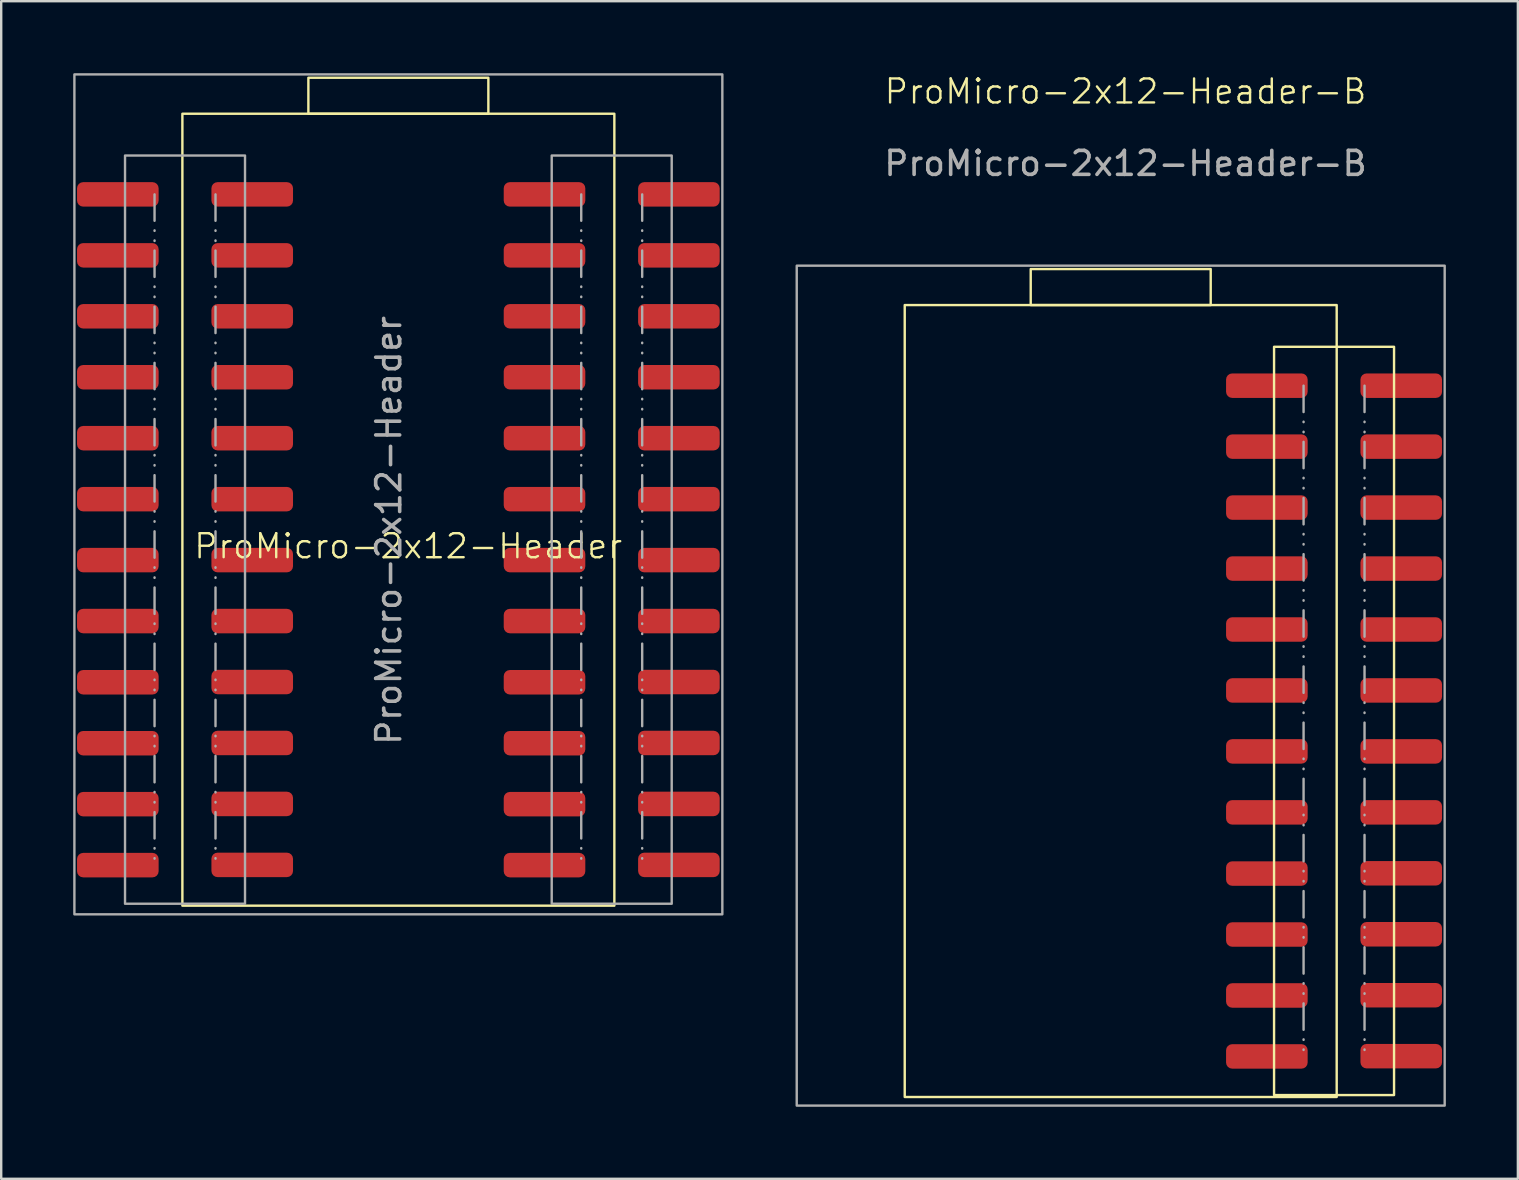
<source format=kicad_pcb>
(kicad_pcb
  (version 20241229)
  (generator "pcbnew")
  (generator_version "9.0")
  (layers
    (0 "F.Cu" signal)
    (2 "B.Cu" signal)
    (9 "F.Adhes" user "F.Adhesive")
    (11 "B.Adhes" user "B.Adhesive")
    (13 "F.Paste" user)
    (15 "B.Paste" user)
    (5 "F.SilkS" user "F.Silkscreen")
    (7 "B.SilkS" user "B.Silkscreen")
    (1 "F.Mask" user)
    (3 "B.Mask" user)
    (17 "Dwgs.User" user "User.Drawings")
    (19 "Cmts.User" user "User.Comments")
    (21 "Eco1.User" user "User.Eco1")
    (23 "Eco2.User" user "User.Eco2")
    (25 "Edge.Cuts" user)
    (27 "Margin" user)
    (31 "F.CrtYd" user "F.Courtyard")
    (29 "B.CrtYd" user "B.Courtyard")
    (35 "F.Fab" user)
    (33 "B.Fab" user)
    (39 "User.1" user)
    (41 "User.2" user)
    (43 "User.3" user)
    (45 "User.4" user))
  (footprint "ProMicro-2x12-Header-B"
    (layer "F.Cu")
    (at 43.65 13.021)
    (property "Reference" "ProMicro-2x12-Header-B" (at 0.2 -12.26 0) (unlocked yes) (layer "F.SilkS") (effects (font (size 1 1) (thickness 0.1))))
    (attr smd)
    (fp_rect (start -9 -3.36) (end 9 29.64) (stroke (width 0.1) (type default)) (fill no) (layer "F.SilkS"))
    (fp_rect (start 3.75 -3.36) (end -3.75 -4.86) (stroke (width 0.1) (type default)) (fill no) (layer "F.SilkS"))
    (fp_rect (start 6.39 -1.62) (end 11.39 29.56) (stroke (width 0.1) (type default)) (fill no) (layer "F.SilkS"))
    (fp_line (start 7.62 0) (end 7.62 27.94) (stroke (width 0.1) (type dash_dot_dot)) (layer "F.Fab"))
    (fp_line (start 10.16 0) (end 10.16 27.94) (stroke (width 0.1) (type dash_dot_dot)) (layer "F.Fab"))
    (fp_rect (start -13.5 -5) (end 13.5 30) (stroke (width 0.1) (type default)) (fill no) (layer "F.Fab"))
    (fp_rect (start 7.62 0) (end -7.62 27.94) (stroke (width 0.1) (type dot)) (fill no) (layer "User.1"))
    (fp_text user "${REFERENCE}" (at 0.2 -9.26 0) (unlocked yes) (layer "F.Fab") (effects (font (size 1 1) (thickness 0.15))))
    (pad "13" smd roundrect (at 6.09 27.95) (size 3.4 1.02) (layers "F.Cu" "F.Mask" "F.Paste") (roundrect_rratio 0.25))
    (pad "13" smd roundrect (at 11.69 27.94) (size 3.4 1.02) (layers "F.Cu" "F.Mask" "F.Paste") (roundrect_rratio 0.25))
    (pad "14" smd roundrect (at 6.09 25.41) (size 3.4 1.02) (layers "F.Cu" "F.Mask" "F.Paste") (roundrect_rratio 0.25))
    (pad "14" smd roundrect (at 11.69 25.4) (size 3.4 1.02) (layers "F.Cu" "F.Mask" "F.Paste") (roundrect_rratio 0.25))
    (pad "15" smd roundrect (at 6.09 22.87) (size 3.4 1.02) (layers "F.Cu" "F.Mask" "F.Paste") (roundrect_rratio 0.25))
    (pad "15" smd roundrect (at 11.69 22.86) (size 3.4 1.02) (layers "F.Cu" "F.Mask" "F.Paste") (roundrect_rratio 0.25))
    (pad "16" smd roundrect (at 6.09 20.33) (size 3.4 1.02) (layers "F.Cu" "F.Mask" "F.Paste") (roundrect_rratio 0.25))
    (pad "16" smd roundrect (at 11.69 20.32) (size 3.4 1.02) (layers "F.Cu" "F.Mask" "F.Paste") (roundrect_rratio 0.25))
    (pad "17" smd roundrect (at 6.09 17.78) (size 3.4 1.02) (layers "F.Cu" "F.Mask" "F.Paste") (roundrect_rratio 0.25))
    (pad "17" smd roundrect (at 11.69 17.78) (size 3.4 1.02) (layers "F.Cu" "F.Mask" "F.Paste") (roundrect_rratio 0.25))
    (pad "18" smd roundrect (at 6.09 15.24) (size 3.4 1.02) (layers "F.Cu" "F.Mask" "F.Paste") (roundrect_rratio 0.25))
    (pad "18" smd roundrect (at 11.69 15.24) (size 3.4 1.02) (layers "F.Cu" "F.Mask" "F.Paste") (roundrect_rratio 0.25))
    (pad "19" smd roundrect (at 6.09 12.7) (size 3.4 1.02) (layers "F.Cu" "F.Mask" "F.Paste") (roundrect_rratio 0.25))
    (pad "19" smd roundrect (at 11.69 12.7) (size 3.4 1.02) (layers "F.Cu" "F.Mask" "F.Paste") (roundrect_rratio 0.25))
    (pad "20" smd roundrect (at 6.09 10.16) (size 3.4 1.02) (layers "F.Cu" "F.Mask" "F.Paste") (roundrect_rratio 0.25))
    (pad "20" smd roundrect (at 11.69 10.16) (size 3.4 1.02) (layers "F.Cu" "F.Mask" "F.Paste") (roundrect_rratio 0.25))
    (pad "21" smd roundrect (at 6.09 7.62) (size 3.4 1.02) (layers "F.Cu" "F.Mask" "F.Paste") (roundrect_rratio 0.25))
    (pad "21" smd roundrect (at 11.69 7.62) (size 3.4 1.02) (layers "F.Cu" "F.Mask" "F.Paste") (roundrect_rratio 0.25))
    (pad "22" smd roundrect (at 6.09 5.08) (size 3.4 1.02) (layers "F.Cu" "F.Mask" "F.Paste") (roundrect_rratio 0.25))
    (pad "22" smd roundrect (at 11.69 5.08) (size 3.4 1.02) (layers "F.Cu" "F.Mask" "F.Paste") (roundrect_rratio 0.25))
    (pad "23" smd roundrect (at 6.09 2.54) (size 3.4 1.02) (layers "F.Cu" "F.Mask" "F.Paste") (roundrect_rratio 0.25))
    (pad "23" smd roundrect (at 11.69 2.54) (size 3.4 1.02) (layers "F.Cu" "F.Mask" "F.Paste") (roundrect_rratio 0.25))
    (pad "24" smd roundrect (at 6.09 0) (size 3.4 1.02) (layers "F.Cu" "F.Mask" "F.Paste") (roundrect_rratio 0.25))
    (pad "24" smd roundrect (at 11.69 0) (size 3.4 1.02) (layers "F.Cu" "F.Mask" "F.Paste") (roundrect_rratio 0.25)))
  (footprint "ProMicro-2x12-Header"
    (layer "F.Cu")
    (at 13.55 5.05)
    (property "Reference" "ProMicro-2x12-Header" (at 0.41 14.66 0) (unlocked yes) (layer "F.SilkS") (effects (font (size 1 1) (thickness 0.1))))
    (attr smd)
    (fp_rect (start -9 -3.36) (end 9 29.64) (stroke (width 0.1) (type default)) (fill no) (layer "F.SilkS"))
    (fp_rect (start 3.75 -3.36) (end -3.75 -4.86) (stroke (width 0.1) (type default)) (fill no) (layer "F.SilkS"))
    (fp_line (start -10.16 0) (end -10.16 27.94) (stroke (width 0.1) (type dash_dot_dot)) (layer "F.Fab"))
    (fp_line (start -7.62 0) (end -7.62 27.94) (stroke (width 0.1) (type dash_dot_dot)) (layer "F.Fab"))
    (fp_line (start 7.62 0) (end 7.62 27.94) (stroke (width 0.1) (type dash_dot_dot)) (layer "F.Fab"))
    (fp_line (start 10.16 0) (end 10.16 27.94) (stroke (width 0.1) (type dash_dot_dot)) (layer "F.Fab"))
    (fp_rect (start -13.5 -5) (end 13.5 30) (stroke (width 0.1) (type default)) (fill no) (layer "F.Fab"))
    (fp_rect (start -11.39 -1.62) (end -6.39 29.56) (stroke (width 0.1) (type default)) (fill no) (layer "F.Fab"))
    (fp_rect (start 6.39 -1.62) (end 11.39 29.56) (stroke (width 0.1) (type default)) (fill no) (layer "F.Fab"))
    (fp_rect (start 7.62 0) (end -7.62 27.94) (stroke (width 0.1) (type dot)) (fill no) (layer "User.1"))
    (fp_text user "${REFERENCE}" (at -0.4 14 90) (unlocked yes) (layer "F.Fab") (effects (font (size 1 1) (thickness 0.15))))
    (pad "1" smd roundrect (at -11.69 0) (size 3.4 1.02) (layers "F.Cu" "F.Mask" "F.Paste") (roundrect_rratio 0.25))
    (pad "1" smd roundrect (at -6.09 0) (size 3.4 1.02) (layers "F.Cu" "F.Mask" "F.Paste") (roundrect_rratio 0.25))
    (pad "2" smd roundrect (at -11.69 2.54) (size 3.4 1.02) (layers "F.Cu" "F.Mask" "F.Paste") (roundrect_rratio 0.25))
    (pad "2" smd roundrect (at -6.09 2.54) (size 3.4 1.02) (layers "F.Cu" "F.Mask" "F.Paste") (roundrect_rratio 0.25))
    (pad "3" smd roundrect (at -11.69 5.08) (size 3.4 1.02) (layers "F.Cu" "F.Mask" "F.Paste") (roundrect_rratio 0.25))
    (pad "3" smd roundrect (at -6.09 5.08) (size 3.4 1.02) (layers "F.Cu" "F.Mask" "F.Paste") (roundrect_rratio 0.25))
    (pad "4" smd roundrect (at -11.69 7.62) (size 3.4 1.02) (layers "F.Cu" "F.Mask" "F.Paste") (roundrect_rratio 0.25))
    (pad "4" smd roundrect (at -6.09 7.62) (size 3.4 1.02) (layers "F.Cu" "F.Mask" "F.Paste") (roundrect_rratio 0.25))
    (pad "5" smd roundrect (at -11.69 10.16) (size 3.4 1.02) (layers "F.Cu" "F.Mask" "F.Paste") (roundrect_rratio 0.25))
    (pad "5" smd roundrect (at -6.09 10.16) (size 3.4 1.02) (layers "F.Cu" "F.Mask" "F.Paste") (roundrect_rratio 0.25))
    (pad "6" smd roundrect (at -11.69 12.7) (size 3.4 1.02) (layers "F.Cu" "F.Mask" "F.Paste") (roundrect_rratio 0.25))
    (pad "6" smd roundrect (at -6.09 12.7) (size 3.4 1.02) (layers "F.Cu" "F.Mask" "F.Paste") (roundrect_rratio 0.25))
    (pad "7" smd roundrect (at -11.69 15.24) (size 3.4 1.02) (layers "F.Cu" "F.Mask" "F.Paste") (roundrect_rratio 0.25))
    (pad "7" smd roundrect (at -6.09 15.24) (size 3.4 1.02) (layers "F.Cu" "F.Mask" "F.Paste") (roundrect_rratio 0.25))
    (pad "8" smd roundrect (at -11.69 17.78) (size 3.4 1.02) (layers "F.Cu" "F.Mask" "F.Paste") (roundrect_rratio 0.25))
    (pad "8" smd roundrect (at -6.09 17.78) (size 3.4 1.02) (layers "F.Cu" "F.Mask" "F.Paste") (roundrect_rratio 0.25))
    (pad "9" smd roundrect (at -11.69 20.33) (size 3.4 1.02) (layers "F.Cu" "F.Mask" "F.Paste") (roundrect_rratio 0.25))
    (pad "9" smd roundrect (at -6.09 20.32) (size 3.4 1.02) (layers "F.Cu" "F.Mask" "F.Paste") (roundrect_rratio 0.25))
    (pad "10" smd roundrect (at -11.69 22.87) (size 3.4 1.02) (layers "F.Cu" "F.Mask" "F.Paste") (roundrect_rratio 0.25))
    (pad "10" smd roundrect (at -6.09 22.86) (size 3.4 1.02) (layers "F.Cu" "F.Mask" "F.Paste") (roundrect_rratio 0.25))
    (pad "11" smd roundrect (at -11.69 25.41) (size 3.4 1.02) (layers "F.Cu" "F.Mask" "F.Paste") (roundrect_rratio 0.25))
    (pad "11" smd roundrect (at -6.09 25.4) (size 3.4 1.02) (layers "F.Cu" "F.Mask" "F.Paste") (roundrect_rratio 0.25))
    (pad "12" smd roundrect (at -11.69 27.95) (size 3.4 1.02) (layers "F.Cu" "F.Mask" "F.Paste") (roundrect_rratio 0.25))
    (pad "12" smd roundrect (at -6.09 27.94) (size 3.4 1.02) (layers "F.Cu" "F.Mask" "F.Paste") (roundrect_rratio 0.25))
    (pad "13" smd roundrect (at 6.09 27.95) (size 3.4 1.02) (layers "F.Cu" "F.Mask" "F.Paste") (roundrect_rratio 0.25))
    (pad "13" smd roundrect (at 11.69 27.94) (size 3.4 1.02) (layers "F.Cu" "F.Mask" "F.Paste") (roundrect_rratio 0.25))
    (pad "14" smd roundrect (at 6.09 25.41) (size 3.4 1.02) (layers "F.Cu" "F.Mask" "F.Paste") (roundrect_rratio 0.25))
    (pad "14" smd roundrect (at 11.69 25.4) (size 3.4 1.02) (layers "F.Cu" "F.Mask" "F.Paste") (roundrect_rratio 0.25))
    (pad "15" smd roundrect (at 6.09 22.87) (size 3.4 1.02) (layers "F.Cu" "F.Mask" "F.Paste") (roundrect_rratio 0.25))
    (pad "15" smd roundrect (at 11.69 22.86) (size 3.4 1.02) (layers "F.Cu" "F.Mask" "F.Paste") (roundrect_rratio 0.25))
    (pad "16" smd roundrect (at 6.09 20.33) (size 3.4 1.02) (layers "F.Cu" "F.Mask" "F.Paste") (roundrect_rratio 0.25))
    (pad "16" smd roundrect (at 11.69 20.32) (size 3.4 1.02) (layers "F.Cu" "F.Mask" "F.Paste") (roundrect_rratio 0.25))
    (pad "17" smd roundrect (at 6.09 17.78) (size 3.4 1.02) (layers "F.Cu" "F.Mask" "F.Paste") (roundrect_rratio 0.25))
    (pad "17" smd roundrect (at 11.69 17.78) (size 3.4 1.02) (layers "F.Cu" "F.Mask" "F.Paste") (roundrect_rratio 0.25))
    (pad "18" smd roundrect (at 6.09 15.24) (size 3.4 1.02) (layers "F.Cu" "F.Mask" "F.Paste") (roundrect_rratio 0.25))
    (pad "18" smd roundrect (at 11.69 15.24) (size 3.4 1.02) (layers "F.Cu" "F.Mask" "F.Paste") (roundrect_rratio 0.25))
    (pad "19" smd roundrect (at 6.09 12.7) (size 3.4 1.02) (layers "F.Cu" "F.Mask" "F.Paste") (roundrect_rratio 0.25))
    (pad "19" smd roundrect (at 11.69 12.7) (size 3.4 1.02) (layers "F.Cu" "F.Mask" "F.Paste") (roundrect_rratio 0.25))
    (pad "20" smd roundrect (at 6.09 10.16) (size 3.4 1.02) (layers "F.Cu" "F.Mask" "F.Paste") (roundrect_rratio 0.25))
    (pad "20" smd roundrect (at 11.69 10.16) (size 3.4 1.02) (layers "F.Cu" "F.Mask" "F.Paste") (roundrect_rratio 0.25))
    (pad "21" smd roundrect (at 6.09 7.62) (size 3.4 1.02) (layers "F.Cu" "F.Mask" "F.Paste") (roundrect_rratio 0.25))
    (pad "21" smd roundrect (at 11.69 7.62) (size 3.4 1.02) (layers "F.Cu" "F.Mask" "F.Paste") (roundrect_rratio 0.25))
    (pad "22" smd roundrect (at 6.09 5.08) (size 3.4 1.02) (layers "F.Cu" "F.Mask" "F.Paste") (roundrect_rratio 0.25))
    (pad "22" smd roundrect (at 11.69 5.08) (size 3.4 1.02) (layers "F.Cu" "F.Mask" "F.Paste") (roundrect_rratio 0.25))
    (pad "23" smd roundrect (at 6.09 2.54) (size 3.4 1.02) (layers "F.Cu" "F.Mask" "F.Paste") (roundrect_rratio 0.25))
    (pad "23" smd roundrect (at 11.69 2.54) (size 3.4 1.02) (layers "F.Cu" "F.Mask" "F.Paste") (roundrect_rratio 0.25))
    (pad "24" smd roundrect (at 6.09 0) (size 3.4 1.02) (layers "F.Cu" "F.Mask" "F.Paste") (roundrect_rratio 0.25))
    (pad "24" smd roundrect (at 11.69 0) (size 3.4 1.02) (layers "F.Cu" "F.Mask" "F.Paste") (roundrect_rratio 0.25)))
  (gr_rect
    (start -3 -3)
    (end 60.2 46.071)
    (stroke (width 0.1) (type default))
    (fill no)
    (layer "Edge.Cuts")))
</source>
